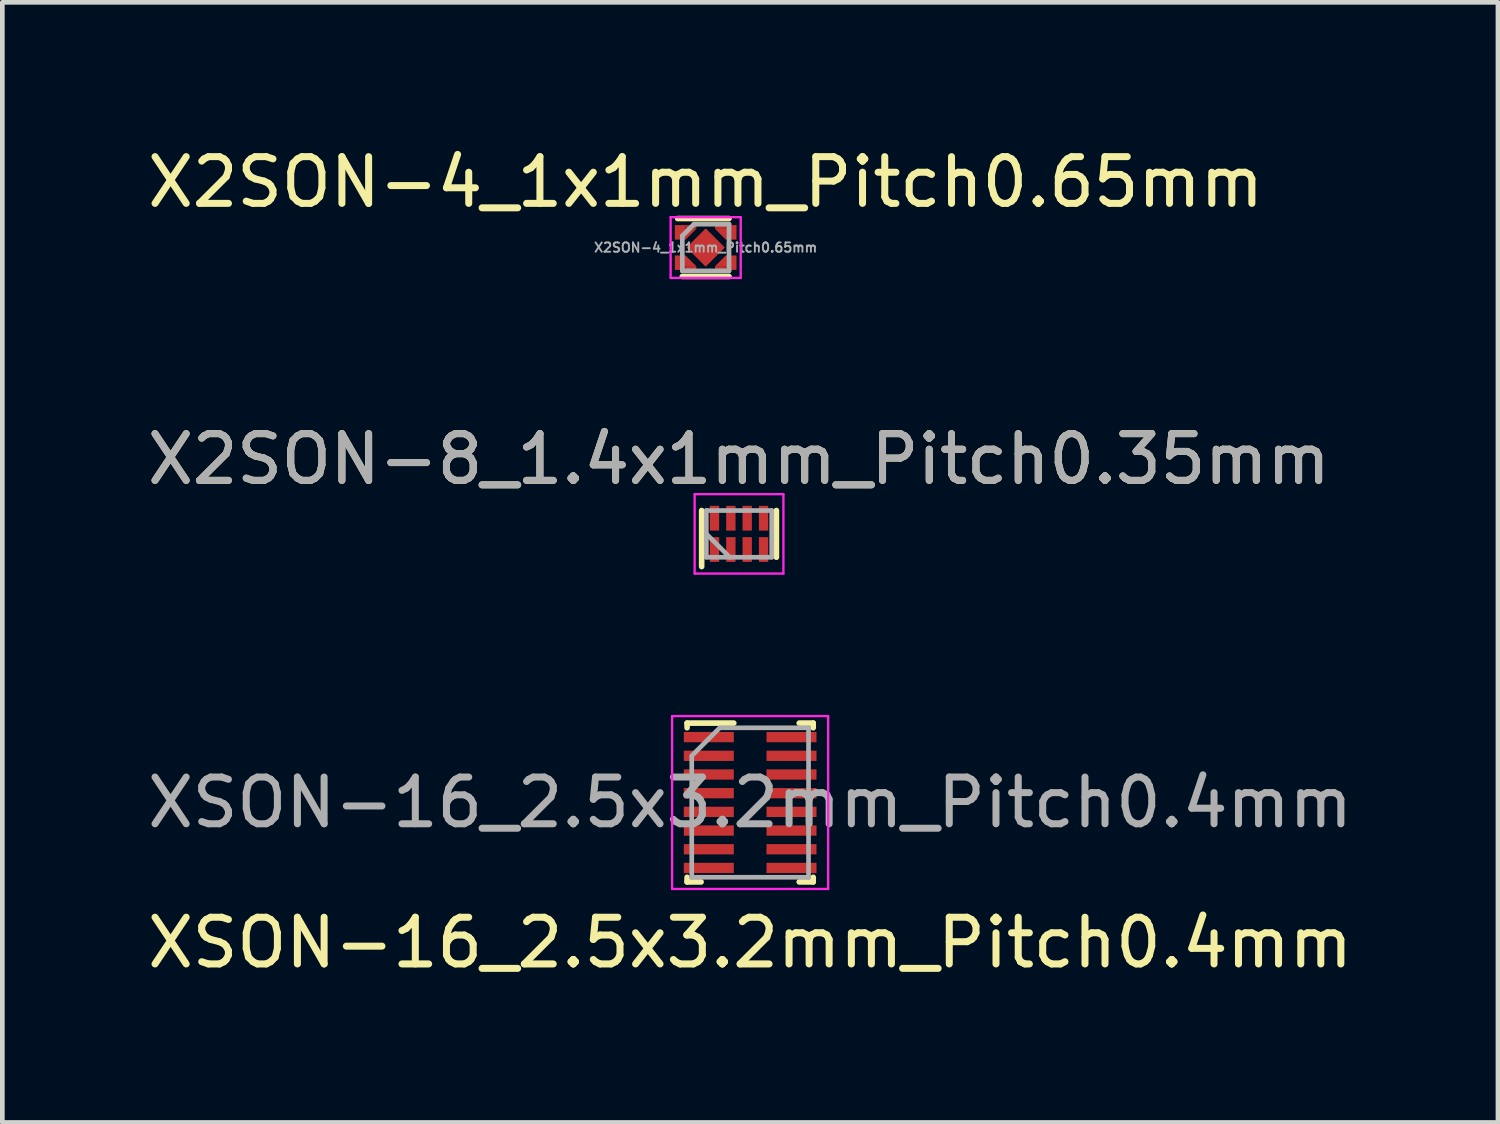
<source format=kicad_pcb>
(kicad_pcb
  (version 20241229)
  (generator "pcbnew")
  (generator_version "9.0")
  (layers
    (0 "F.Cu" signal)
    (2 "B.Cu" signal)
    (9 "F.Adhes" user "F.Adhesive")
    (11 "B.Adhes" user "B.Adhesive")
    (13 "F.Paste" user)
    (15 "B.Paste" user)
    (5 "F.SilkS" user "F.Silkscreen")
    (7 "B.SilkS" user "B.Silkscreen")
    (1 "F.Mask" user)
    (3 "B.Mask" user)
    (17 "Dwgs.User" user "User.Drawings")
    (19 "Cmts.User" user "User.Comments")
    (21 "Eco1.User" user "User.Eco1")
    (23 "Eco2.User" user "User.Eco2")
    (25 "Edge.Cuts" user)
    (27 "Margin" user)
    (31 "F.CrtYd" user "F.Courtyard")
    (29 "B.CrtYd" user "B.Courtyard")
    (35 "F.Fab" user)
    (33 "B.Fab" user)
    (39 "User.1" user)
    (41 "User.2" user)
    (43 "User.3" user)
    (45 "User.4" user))
  (footprint "X2SON-8_1.4x1mm_Pitch0.35mm"
    (layer "F.Cu")
    (at 12.768 8.377)
    (property "Reference" "X2SON-8_1.4x1mm_Pitch0.35mm" (at 0 -1.6 0) (layer "F.SilkS") (effects (font (size 1 1) (thickness 0.15))))
    (attr smd)
    (fp_line (start -0.8 -0.5) (end -0.8 0.7) (stroke (width 0.12) (type solid)) (layer "F.SilkS"))
    (fp_line (start 0.8 -0.5) (end 0.8 0.5) (stroke (width 0.12) (type solid)) (layer "F.SilkS"))
    (fp_line (start -0.95 -0.85) (end 0.95 -0.85) (stroke (width 0.05) (type solid)) (layer "F.CrtYd"))
    (fp_line (start -0.95 0.85) (end -0.95 -0.85) (stroke (width 0.05) (type solid)) (layer "F.CrtYd"))
    (fp_line (start 0.95 -0.85) (end 0.95 0.85) (stroke (width 0.05) (type solid)) (layer "F.CrtYd"))
    (fp_line (start 0.95 0.85) (end -0.95 0.85) (stroke (width 0.05) (type solid)) (layer "F.CrtYd"))
    (fp_line (start -0.7 -0.5) (end 0.7 -0.5) (stroke (width 0.1) (type solid)) (layer "F.Fab"))
    (fp_line (start -0.7 0) (end -0.2 0.5) (stroke (width 0.1) (type solid)) (layer "F.Fab"))
    (fp_line (start -0.7 0.5) (end -0.7 -0.5) (stroke (width 0.1) (type solid)) (layer "F.Fab"))
    (fp_line (start 0.7 -0.5) (end 0.7 0.5) (stroke (width 0.1) (type solid)) (layer "F.Fab"))
    (fp_line (start 0.7 0.5) (end -0.7 0.5) (stroke (width 0.1) (type solid)) (layer "F.Fab"))
    (fp_text user "${REFERENCE}" (at 0 -1.6 0) (layer "F.Fab") (effects (font (size 1 1) (thickness 0.15))))
    (pad "1" smd rect (at -0.525 0.335) (size 0.2 0.53) (layers "F.Cu" "F.Mask" "F.Paste"))
    (pad "2" smd rect (at -0.175 0.335) (size 0.2 0.53) (layers "F.Cu" "F.Mask" "F.Paste"))
    (pad "3" smd rect (at 0.175 0.335) (size 0.2 0.53) (layers "F.Cu" "F.Mask" "F.Paste"))
    (pad "4" smd rect (at 0.525 0.335) (size 0.2 0.53) (layers "F.Cu" "F.Mask" "F.Paste"))
    (pad "5" smd rect (at 0.525 -0.335) (size 0.2 0.53) (layers "F.Cu" "F.Mask" "F.Paste"))
    (pad "6" smd rect (at 0.175 -0.335) (size 0.2 0.53) (layers "F.Cu" "F.Mask" "F.Paste"))
    (pad "7" smd rect (at -0.175 -0.335) (size 0.2 0.53) (layers "F.Cu" "F.Mask" "F.Paste"))
    (pad "8" smd rect (at -0.525 -0.335) (size 0.2 0.53) (layers "F.Cu" "F.Mask" "F.Paste")))
  (footprint "X2SON-4_1x1mm_Pitch0.65mm"
    (layer "F.Cu")
    (at 12.054 2.248)
    (property "Reference" "X2SON-4_1x1mm_Pitch0.65mm" (at 0 -1.4 0) (layer "F.SilkS") (effects (font (size 1 1) (thickness 0.15))))
    (attr smd)
    (fp_line (start 0.5 -0.62) (end -0.6 -0.62) (stroke (width 0.12) (type solid)) (layer "F.SilkS"))
    (fp_line (start 0.5 0.62) (end -0.5 0.62) (stroke (width 0.12) (type solid)) (layer "F.SilkS"))
    (fp_line (start -0.75 -0.65) (end 0.75 -0.65) (stroke (width 0.05) (type solid)) (layer "F.CrtYd"))
    (fp_line (start -0.75 0.65) (end -0.75 -0.65) (stroke (width 0.05) (type solid)) (layer "F.CrtYd"))
    (fp_line (start 0.75 -0.65) (end 0.75 0.65) (stroke (width 0.05) (type solid)) (layer "F.CrtYd"))
    (fp_line (start 0.75 0.65) (end -0.75 0.65) (stroke (width 0.05) (type solid)) (layer "F.CrtYd"))
    (fp_line (start -0.5 0.5) (end -0.5 -0.25) (stroke (width 0.1) (type solid)) (layer "F.Fab"))
    (fp_line (start -0.25 -0.5) (end -0.5 -0.25) (stroke (width 0.1) (type solid)) (layer "F.Fab"))
    (fp_line (start -0.25 -0.5) (end 0.5 -0.5) (stroke (width 0.1) (type solid)) (layer "F.Fab"))
    (fp_line (start 0.5 -0.5) (end 0.5 0.5) (stroke (width 0.1) (type solid)) (layer "F.Fab"))
    (fp_line (start 0.5 0.5) (end -0.5 0.5) (stroke (width 0.1) (type solid)) (layer "F.Fab"))
    (fp_text user "${REFERENCE}" (at 0 0 0) (layer "F.Fab") (effects (font (size 0.2 0.2) (thickness 0.04))))
    (pad "" smd rect (at -0.55 -0.325) (size 0.2 0.21) (layers "F.Paste"))
    (pad "" smd rect (at -0.55 0.325) (size 0.2 0.21) (layers "F.Paste"))
    (pad "" smd rect (at -0.52 -0.325) (size 0.18 0.21) (layers "F.Mask"))
    (pad "" smd rect (at -0.52 0.325) (size 0.18 0.21) (layers "F.Mask"))
    (pad "" smd trapezoid (at -0.45 -0.31 180) (size 0.2 0.18) (rect_delta 0 0.2) (layers "F.Paste"))
    (pad "" smd trapezoid (at -0.45 0.31) (size 0.2 0.18) (rect_delta 0 0.2) (layers "F.Paste"))
    (pad "" smd trapezoid (at -0.43 -0.31 180) (size 0.18 0.18) (rect_delta 0 0.18) (layers "F.Mask"))
    (pad "" smd trapezoid (at -0.43 0.31) (size 0.18 0.18) (rect_delta 0 0.18) (layers "F.Mask"))
    (pad "" smd rect (at -0.35 -0.415) (size 0.2 0.03) (layers "F.Paste"))
    (pad "" smd rect (at -0.35 0.415) (size 0.2 0.03) (layers "F.Paste"))
    (pad "" smd rect (at -0.34 -0.415) (size 0.18 0.03) (layers "F.Mask"))
    (pad "" smd rect (at -0.34 0.415) (size 0.18 0.03) (layers "F.Mask"))
    (pad "" smd rect (at 0 0 45) (size 0.45 0.45) (layers "F.Paste"))
    (pad "" smd rect (at 0 0 45) (size 0.48 0.48) (layers "F.Mask"))
    (pad "" smd rect (at 0.34 -0.415) (size 0.18 0.03) (layers "F.Mask"))
    (pad "" smd rect (at 0.34 0.415) (size 0.18 0.03) (layers "F.Mask"))
    (pad "" smd rect (at 0.35 -0.415) (size 0.2 0.03) (layers "F.Paste"))
    (pad "" smd rect (at 0.35 0.415) (size 0.2 0.03) (layers "F.Paste"))
    (pad "" smd trapezoid (at 0.43 -0.31 180) (size 0.18 0.18) (rect_delta 0 0.18) (layers "F.Mask"))
    (pad "" smd trapezoid (at 0.43 0.31) (size 0.18 0.18) (rect_delta 0 0.18) (layers "F.Mask"))
    (pad "" smd trapezoid (at 0.45 -0.31 180) (size 0.2 0.18) (rect_delta 0 0.2) (layers "F.Paste"))
    (pad "" smd trapezoid (at 0.45 0.31) (size 0.2 0.18) (rect_delta 0 0.2) (layers "F.Paste"))
    (pad "" smd rect (at 0.52 -0.325) (size 0.18 0.21) (layers "F.Mask"))
    (pad "" smd rect (at 0.52 0.325) (size 0.18 0.21) (layers "F.Mask"))
    (pad "" smd rect (at 0.55 -0.325) (size 0.2 0.21) (layers "F.Paste"))
    (pad "" smd rect (at 0.55 0.325) (size 0.2 0.21) (layers "F.Paste"))
    (pad "1" smd rect (at -0.545 -0.325) (size 0.23 0.31) (layers "F.Cu"))
    (pad "1" smd trapezoid (at -0.43 -0.285 180) (size 0.23 0.23) (rect_delta 0 0.23) (layers "F.Cu"))
    (pad "1" smd rect (at -0.315 -0.44) (size 0.23 0.08) (layers "F.Cu"))
    (pad "2" smd rect (at -0.545 0.325) (size 0.23 0.31) (layers "F.Cu"))
    (pad "2" smd trapezoid (at -0.43 0.285) (size 0.23 0.23) (rect_delta 0 0.23) (layers "F.Cu"))
    (pad "2" smd rect (at -0.315 0.44) (size 0.23 0.08) (layers "F.Cu"))
    (pad "3" smd rect (at 0.315 0.44) (size 0.23 0.08) (layers "F.Cu"))
    (pad "3" smd trapezoid (at 0.43 0.285) (size 0.23 0.23) (rect_delta 0 0.23) (layers "F.Cu"))
    (pad "3" smd rect (at 0.545 0.325) (size 0.23 0.31) (layers "F.Cu"))
    (pad "4" smd rect (at 0.315 -0.44) (size 0.23 0.08) (layers "F.Cu"))
    (pad "4" smd trapezoid (at 0.43 -0.285 180) (size 0.23 0.23) (rect_delta 0 0.23) (layers "F.Cu"))
    (pad "4" smd rect (at 0.545 -0.325) (size 0.23 0.31) (layers "F.Cu"))
    (pad "5" smd rect (at 0 0 45) (size 0.58 0.58) (layers "F.Cu")))
  (footprint "XSON-16_2.5x3.2mm_Pitch0.4mm"
    (layer "F.Cu")
    (at 13.006 14.127)
    (property "Reference" "XSON-16_2.5x3.2mm_Pitch0.4mm" (at 0 3 0) (layer "F.SilkS") (effects (font (size 1 1) (thickness 0.15))))
    (attr smd)
    (fp_line (start -1.35 -1.7) (end -1.35 -1.6) (stroke (width 0.12) (type solid)) (layer "F.SilkS"))
    (fp_line (start -1.35 -1.7) (end -0.35 -1.7) (stroke (width 0.12) (type solid)) (layer "F.SilkS"))
    (fp_line (start -1.35 1.6) (end -1.35 1.7) (stroke (width 0.12) (type solid)) (layer "F.SilkS"))
    (fp_line (start -1.35 1.7) (end -1.05 1.7) (stroke (width 0.12) (type solid)) (layer "F.SilkS"))
    (fp_line (start 1.35 -1.7) (end 1.05 -1.7) (stroke (width 0.12) (type solid)) (layer "F.SilkS"))
    (fp_line (start 1.35 -1.7) (end 1.35 -1.6) (stroke (width 0.12) (type solid)) (layer "F.SilkS"))
    (fp_line (start 1.35 1.6) (end 1.35 1.7) (stroke (width 0.12) (type solid)) (layer "F.SilkS"))
    (fp_line (start 1.35 1.7) (end 1.05 1.7) (stroke (width 0.12) (type solid)) (layer "F.SilkS"))
    (fp_line (start -1.67 -1.85) (end -1.67 1.85) (stroke (width 0.05) (type solid)) (layer "F.CrtYd"))
    (fp_line (start -1.67 -1.85) (end 1.67 -1.85) (stroke (width 0.05) (type solid)) (layer "F.CrtYd"))
    (fp_line (start 1.67 1.85) (end -1.67 1.85) (stroke (width 0.05) (type solid)) (layer "F.CrtYd"))
    (fp_line (start 1.67 1.85) (end 1.67 -1.85) (stroke (width 0.05) (type solid)) (layer "F.CrtYd"))
    (fp_line (start -1.25 -0.975) (end -1.25 1.6) (stroke (width 0.1) (type solid)) (layer "F.Fab"))
    (fp_line (start -1.25 1.6) (end 1.25 1.6) (stroke (width 0.1) (type solid)) (layer "F.Fab"))
    (fp_line (start -0.65 -1.6) (end -1.25 -1) (stroke (width 0.1) (type solid)) (layer "F.Fab"))
    (fp_line (start -0.625 -1.6) (end 1.25 -1.6) (stroke (width 0.1) (type solid)) (layer "F.Fab"))
    (fp_line (start 1.25 -1.6) (end 1.25 1.6) (stroke (width 0.1) (type solid)) (layer "F.Fab"))
    (fp_text user "${REFERENCE}" (at 0 0 0) (layer "F.Fab") (effects (font (size 1 1) (thickness 0.15))))
    (pad "1" smd rect (at -0.885 -1.4) (size 1.07 0.22) (layers "F.Cu" "F.Mask" "F.Paste"))
    (pad "2" smd rect (at -0.885 -1) (size 1.07 0.22) (layers "F.Cu" "F.Mask" "F.Paste"))
    (pad "3" smd rect (at -0.885 -0.6) (size 1.07 0.22) (layers "F.Cu" "F.Mask" "F.Paste"))
    (pad "4" smd rect (at -0.885 -0.2) (size 1.07 0.22) (layers "F.Cu" "F.Mask" "F.Paste"))
    (pad "5" smd rect (at -0.885 0.2) (size 1.07 0.22) (layers "F.Cu" "F.Mask" "F.Paste"))
    (pad "6" smd rect (at -0.885 0.6) (size 1.07 0.22) (layers "F.Cu" "F.Mask" "F.Paste"))
    (pad "7" smd rect (at -0.885 1) (size 1.07 0.22) (layers "F.Cu" "F.Mask" "F.Paste"))
    (pad "8" smd rect (at -0.885 1.4) (size 1.07 0.22) (layers "F.Cu" "F.Mask" "F.Paste"))
    (pad "9" smd rect (at 0.885 1.4) (size 1.07 0.22) (layers "F.Cu" "F.Mask" "F.Paste"))
    (pad "10" smd rect (at 0.885 1) (size 1.07 0.22) (layers "F.Cu" "F.Mask" "F.Paste"))
    (pad "11" smd rect (at 0.885 0.6) (size 1.07 0.22) (layers "F.Cu" "F.Mask" "F.Paste"))
    (pad "12" smd rect (at 0.885 0.2) (size 1.07 0.22) (layers "F.Cu" "F.Mask" "F.Paste"))
    (pad "13" smd rect (at 0.885 -0.2) (size 1.07 0.22) (layers "F.Cu" "F.Mask" "F.Paste"))
    (pad "14" smd rect (at 0.885 -0.6) (size 1.07 0.22) (layers "F.Cu" "F.Mask" "F.Paste"))
    (pad "15" smd rect (at 0.885 -1) (size 1.07 0.22) (layers "F.Cu" "F.Mask" "F.Paste"))
    (pad "16" smd rect (at 0.885 -1.4) (size 1.07 0.22) (layers "F.Cu" "F.Mask" "F.Paste")))
  (gr_rect
    (start -3 -3)
    (end 29.012 20.975)
    (stroke (width 0.1) (type default))
    (fill no)
    (layer "Edge.Cuts")))
</source>
